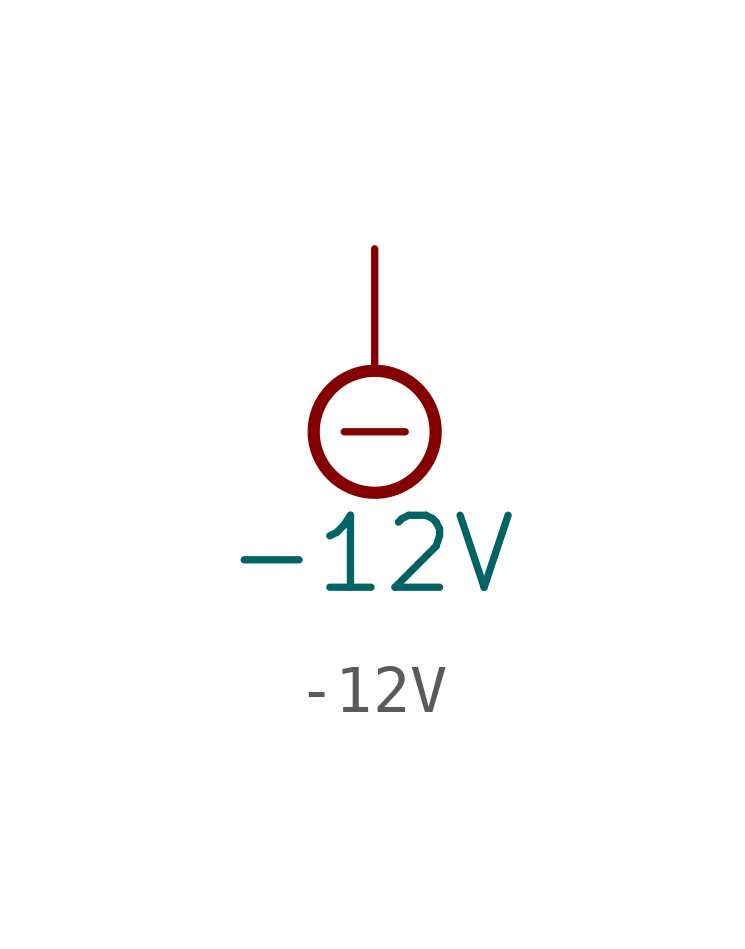
<source format=kicad_sym>
(kicad_symbol_lib
  (version 20231120)
  (generator "kicad_symbol_editor")
  (generator_version "8.0")
  (symbol "-12V"
    (power)
    (pin_names
      (offset 1.016))
    (property "Reference" "#SUPPLY"
      (at 0 0 0)
      (effects (font (size 1.27 1.27)) (hide yes)))
    (property "Value" "-12V"
      (at -3.175 -4.699 0)
      (effects (font (size 1.499 1.499)) (justify left bottom)))
    (property "ki_locked" ""
      (at 0 0 0)
      (effects (font (size 1.27 1.27))))
    (symbol "-12V_1_0"
      (circle (center 0 -1.27) (radius 1.27) (stroke (width 0.254) (type solid)) (fill (type none)))
      (polyline (pts (xy -0.635 -1.27) (xy 0.635 -1.27)) (stroke (width 0) (type solid)) (fill (type none)))
      (pin power_in line (at 0 2.54 270) (length 2.54) (name "-12V" (effects (font (size 0 0)))) (number "1" (effects (font (size 0 0))))))))
</source>
